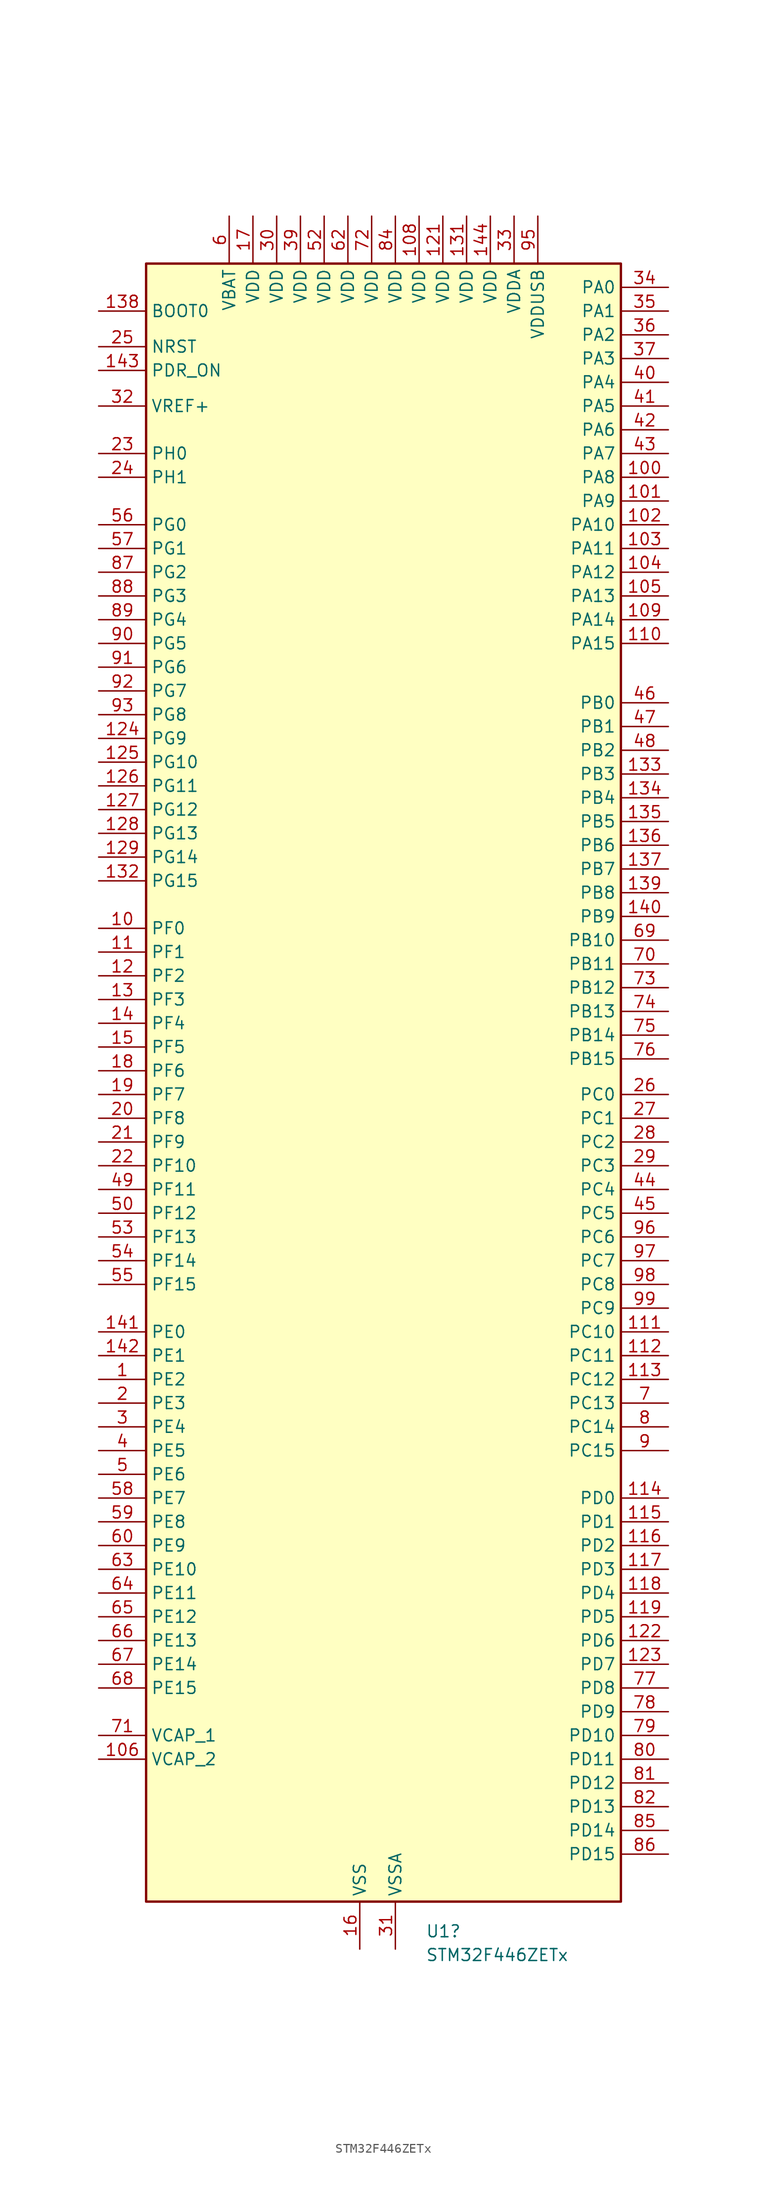
<source format=kicad_sym>
(kicad_symbol_lib
  (version 20220914)
  (generator kicad_symbol_editor)
  (symbol "STM32F446ZETx"
    (property "Reference" "U1"
      (at 4.496 -89.535 0)
      (effects (font (size 1.27 1.27)) (justify left)))
    (property "Value" "STM32F446ZETx"
      (at 4.496 -92.075 0)
      (effects (font (size 1.27 1.27)) (justify left)))
    (property "ki_locked" ""
      (at 0 0 0)
      (effects (font (size 1.27 1.27))))
    (symbol "STM32F446ZETx_0_1"
      (rectangle (start -25.4 88.9) (end 25.4 -86.36) (stroke (width 0.254) (type default)) (fill (type background))))
    (symbol "STM32F446ZETx_1_1"
      (pin bidirectional line (at -30.48 -30.48 0) (length 5.08) (name "PE2" (effects (font (size 1.27 1.27)))) (number "1" (effects (font (size 1.27 1.27)))) (alternate "FMC_A23" bidirectional line) (alternate "QUADSPI_BK1_IO2" bidirectional line) (alternate "SAI1_MCLK_A" bidirectional line) (alternate "SPI4_SCK" bidirectional line) (alternate "SYS_TRACECLK" bidirectional line))
      (pin bidirectional line (at -30.48 17.78 0) (length 5.08) (name "PF0" (effects (font (size 1.27 1.27)))) (number "10" (effects (font (size 1.27 1.27)))) (alternate "FMC_A0" bidirectional line) (alternate "I2C2_SDA" bidirectional line))
      (pin bidirectional line (at 30.48 66.04 180) (length 5.08) (name "PA8" (effects (font (size 1.27 1.27)))) (number "100" (effects (font (size 1.27 1.27)))) (alternate "I2C3_SCL" bidirectional line) (alternate "RCC_MCO_1" bidirectional line) (alternate "TIM1_CH1" bidirectional line) (alternate "USART1_CK" bidirectional line) (alternate "USB_OTG_FS_SOF" bidirectional line))
      (pin bidirectional line (at 30.48 63.5 180) (length 5.08) (name "PA9" (effects (font (size 1.27 1.27)))) (number "101" (effects (font (size 1.27 1.27)))) (alternate "DAC_EXTI9" bidirectional line) (alternate "DCMI_D0" bidirectional line) (alternate "I2C3_SMBA" bidirectional line) (alternate "I2S2_CK" bidirectional line) (alternate "SAI1_SD_B" bidirectional line) (alternate "SPI2_SCK" bidirectional line) (alternate "TIM1_CH2" bidirectional line) (alternate "USART1_TX" bidirectional line) (alternate "USB_OTG_FS_VBUS" bidirectional line))
      (pin bidirectional line (at 30.48 60.96 180) (length 5.08) (name "PA10" (effects (font (size 1.27 1.27)))) (number "102" (effects (font (size 1.27 1.27)))) (alternate "DCMI_D1" bidirectional line) (alternate "TIM1_CH3" bidirectional line) (alternate "USART1_RX" bidirectional line) (alternate "USB_OTG_FS_ID" bidirectional line))
      (pin bidirectional line (at 30.48 58.42 180) (length 5.08) (name "PA11" (effects (font (size 1.27 1.27)))) (number "103" (effects (font (size 1.27 1.27)))) (alternate "ADC1_EXTI11" bidirectional line) (alternate "ADC2_EXTI11" bidirectional line) (alternate "ADC3_EXTI11" bidirectional line) (alternate "CAN1_RX" bidirectional line) (alternate "TIM1_CH4" bidirectional line) (alternate "USART1_CTS" bidirectional line) (alternate "USB_OTG_FS_DM" bidirectional line))
      (pin bidirectional line (at 30.48 55.88 180) (length 5.08) (name "PA12" (effects (font (size 1.27 1.27)))) (number "104" (effects (font (size 1.27 1.27)))) (alternate "CAN1_TX" bidirectional line) (alternate "SAI2_FS_B" bidirectional line) (alternate "TIM1_ETR" bidirectional line) (alternate "USART1_RTS" bidirectional line) (alternate "USB_OTG_FS_DP" bidirectional line))
      (pin bidirectional line (at 30.48 53.34 180) (length 5.08) (name "PA13" (effects (font (size 1.27 1.27)))) (number "105" (effects (font (size 1.27 1.27)))) (alternate "SYS_JTMS-SWDIO" bidirectional line))
      (pin power_out line (at -30.48 -71.12 0) (length 5.08) (name "VCAP_2" (effects (font (size 1.27 1.27)))) (number "106" (effects (font (size 1.27 1.27)))))
      (pin passive line (at -2.54 -91.44 90) (length 5.08) hide (name "VSS" (effects (font (size 1.27 1.27)))) (number "107" (effects (font (size 1.27 1.27)))))
      (pin power_in line (at 3.81 93.98 270) (length 5.08) (name "VDD" (effects (font (size 1.27 1.27)))) (number "108" (effects (font (size 1.27 1.27)))))
      (pin bidirectional line (at 30.48 50.8 180) (length 5.08) (name "PA14" (effects (font (size 1.27 1.27)))) (number "109" (effects (font (size 1.27 1.27)))) (alternate "SYS_JTCK-SWCLK" bidirectional line))
      (pin bidirectional line (at -30.48 15.24 0) (length 5.08) (name "PF1" (effects (font (size 1.27 1.27)))) (number "11" (effects (font (size 1.27 1.27)))) (alternate "FMC_A1" bidirectional line) (alternate "I2C2_SCL" bidirectional line))
      (pin bidirectional line (at 30.48 48.26 180) (length 5.08) (name "PA15" (effects (font (size 1.27 1.27)))) (number "110" (effects (font (size 1.27 1.27)))) (alternate "ADC1_EXTI15" bidirectional line) (alternate "ADC2_EXTI15" bidirectional line) (alternate "ADC3_EXTI15" bidirectional line) (alternate "CEC" bidirectional line) (alternate "I2S1_WS" bidirectional line) (alternate "I2S3_WS" bidirectional line) (alternate "SPI1_NSS" bidirectional line) (alternate "SPI3_NSS" bidirectional line) (alternate "SYS_JTDI" bidirectional line) (alternate "TIM2_CH1" bidirectional line) (alternate "TIM2_ETR" bidirectional line) (alternate "UART4_RTS" bidirectional line))
      (pin bidirectional line (at 30.48 -25.4 180) (length 5.08) (name "PC10" (effects (font (size 1.27 1.27)))) (number "111" (effects (font (size 1.27 1.27)))) (alternate "DCMI_D8" bidirectional line) (alternate "I2S3_CK" bidirectional line) (alternate "QUADSPI_BK1_IO1" bidirectional line) (alternate "SDIO_D2" bidirectional line) (alternate "SPI3_SCK" bidirectional line) (alternate "UART4_TX" bidirectional line) (alternate "USART3_TX" bidirectional line))
      (pin bidirectional line (at 30.48 -27.94 180) (length 5.08) (name "PC11" (effects (font (size 1.27 1.27)))) (number "112" (effects (font (size 1.27 1.27)))) (alternate "ADC1_EXTI11" bidirectional line) (alternate "ADC2_EXTI11" bidirectional line) (alternate "ADC3_EXTI11" bidirectional line) (alternate "DCMI_D4" bidirectional line) (alternate "QUADSPI_BK2_NCS" bidirectional line) (alternate "SDIO_D3" bidirectional line) (alternate "SPI3_MISO" bidirectional line) (alternate "UART4_RX" bidirectional line) (alternate "USART3_RX" bidirectional line))
      (pin bidirectional line (at 30.48 -30.48 180) (length 5.08) (name "PC12" (effects (font (size 1.27 1.27)))) (number "113" (effects (font (size 1.27 1.27)))) (alternate "DCMI_D9" bidirectional line) (alternate "I2C2_SDA" bidirectional line) (alternate "I2S3_SD" bidirectional line) (alternate "SDIO_CK" bidirectional line) (alternate "SPI3_MOSI" bidirectional line) (alternate "UART5_TX" bidirectional line) (alternate "USART3_CK" bidirectional line))
      (pin bidirectional line (at 30.48 -43.18 180) (length 5.08) (name "PD0" (effects (font (size 1.27 1.27)))) (number "114" (effects (font (size 1.27 1.27)))) (alternate "CAN1_RX" bidirectional line) (alternate "FMC_D2" bidirectional line) (alternate "FMC_DA2" bidirectional line) (alternate "I2S3_SD" bidirectional line) (alternate "SPI3_MOSI" bidirectional line) (alternate "SPI4_MISO" bidirectional line))
      (pin bidirectional line (at 30.48 -45.72 180) (length 5.08) (name "PD1" (effects (font (size 1.27 1.27)))) (number "115" (effects (font (size 1.27 1.27)))) (alternate "CAN1_TX" bidirectional line) (alternate "FMC_D3" bidirectional line) (alternate "FMC_DA3" bidirectional line) (alternate "I2S2_WS" bidirectional line) (alternate "SPI2_NSS" bidirectional line))
      (pin bidirectional line (at 30.48 -48.26 180) (length 5.08) (name "PD2" (effects (font (size 1.27 1.27)))) (number "116" (effects (font (size 1.27 1.27)))) (alternate "DCMI_D11" bidirectional line) (alternate "SDIO_CMD" bidirectional line) (alternate "TIM3_ETR" bidirectional line) (alternate "UART5_RX" bidirectional line))
      (pin bidirectional line (at 30.48 -50.8 180) (length 5.08) (name "PD3" (effects (font (size 1.27 1.27)))) (number "117" (effects (font (size 1.27 1.27)))) (alternate "DCMI_D5" bidirectional line) (alternate "FMC_CLK" bidirectional line) (alternate "I2S2_CK" bidirectional line) (alternate "QUADSPI_CLK" bidirectional line) (alternate "SPI2_SCK" bidirectional line) (alternate "SYS_TRACED1" bidirectional line) (alternate "USART2_CTS" bidirectional line))
      (pin bidirectional line (at 30.48 -53.34 180) (length 5.08) (name "PD4" (effects (font (size 1.27 1.27)))) (number "118" (effects (font (size 1.27 1.27)))) (alternate "FMC_NOE" bidirectional line) (alternate "USART2_RTS" bidirectional line))
      (pin bidirectional line (at 30.48 -55.88 180) (length 5.08) (name "PD5" (effects (font (size 1.27 1.27)))) (number "119" (effects (font (size 1.27 1.27)))) (alternate "FMC_NWE" bidirectional line) (alternate "USART2_TX" bidirectional line))
      (pin bidirectional line (at -30.48 12.7 0) (length 5.08) (name "PF2" (effects (font (size 1.27 1.27)))) (number "12" (effects (font (size 1.27 1.27)))) (alternate "FMC_A2" bidirectional line) (alternate "I2C2_SMBA" bidirectional line))
      (pin passive line (at -2.54 -91.44 90) (length 5.08) hide (name "VSS" (effects (font (size 1.27 1.27)))) (number "120" (effects (font (size 1.27 1.27)))))
      (pin power_in line (at 6.35 93.98 270) (length 5.08) (name "VDD" (effects (font (size 1.27 1.27)))) (number "121" (effects (font (size 1.27 1.27)))))
      (pin bidirectional line (at 30.48 -58.42 180) (length 5.08) (name "PD6" (effects (font (size 1.27 1.27)))) (number "122" (effects (font (size 1.27 1.27)))) (alternate "DCMI_D10" bidirectional line) (alternate "FMC_NWAIT" bidirectional line) (alternate "I2S3_SD" bidirectional line) (alternate "SAI1_SD_A" bidirectional line) (alternate "SPI3_MOSI" bidirectional line) (alternate "USART2_RX" bidirectional line))
      (pin bidirectional line (at 30.48 -60.96 180) (length 5.08) (name "PD7" (effects (font (size 1.27 1.27)))) (number "123" (effects (font (size 1.27 1.27)))) (alternate "FMC_NE1" bidirectional line) (alternate "SPDIFRX_IN0" bidirectional line) (alternate "USART2_CK" bidirectional line))
      (pin bidirectional line (at -30.48 38.1 0) (length 5.08) (name "PG9" (effects (font (size 1.27 1.27)))) (number "124" (effects (font (size 1.27 1.27)))) (alternate "DAC_EXTI9" bidirectional line) (alternate "DCMI_VSYNC" bidirectional line) (alternate "FMC_NCE3" bidirectional line) (alternate "FMC_NE2" bidirectional line) (alternate "QUADSPI_BK2_IO2" bidirectional line) (alternate "SAI2_FS_B" bidirectional line) (alternate "SPDIFRX_IN3" bidirectional line) (alternate "USART6_RX" bidirectional line))
      (pin bidirectional line (at -30.48 35.56 0) (length 5.08) (name "PG10" (effects (font (size 1.27 1.27)))) (number "125" (effects (font (size 1.27 1.27)))) (alternate "DCMI_D2" bidirectional line) (alternate "FMC_NE3" bidirectional line) (alternate "SAI2_SD_B" bidirectional line))
      (pin bidirectional line (at -30.48 33.02 0) (length 5.08) (name "PG11" (effects (font (size 1.27 1.27)))) (number "126" (effects (font (size 1.27 1.27)))) (alternate "ADC1_EXTI11" bidirectional line) (alternate "ADC2_EXTI11" bidirectional line) (alternate "ADC3_EXTI11" bidirectional line) (alternate "DCMI_D3" bidirectional line) (alternate "SPDIFRX_IN0" bidirectional line) (alternate "SPI4_SCK" bidirectional line))
      (pin bidirectional line (at -30.48 30.48 0) (length 5.08) (name "PG12" (effects (font (size 1.27 1.27)))) (number "127" (effects (font (size 1.27 1.27)))) (alternate "FMC_NE4" bidirectional line) (alternate "SPDIFRX_IN1" bidirectional line) (alternate "SPI4_MISO" bidirectional line) (alternate "USART6_RTS" bidirectional line))
      (pin bidirectional line (at -30.48 27.94 0) (length 5.08) (name "PG13" (effects (font (size 1.27 1.27)))) (number "128" (effects (font (size 1.27 1.27)))) (alternate "FMC_A24" bidirectional line) (alternate "SPI4_MOSI" bidirectional line) (alternate "SYS_TRACED2" bidirectional line) (alternate "USART6_CTS" bidirectional line))
      (pin bidirectional line (at -30.48 25.4 0) (length 5.08) (name "PG14" (effects (font (size 1.27 1.27)))) (number "129" (effects (font (size 1.27 1.27)))) (alternate "FMC_A25" bidirectional line) (alternate "QUADSPI_BK2_IO3" bidirectional line) (alternate "SPI4_NSS" bidirectional line) (alternate "SYS_TRACED3" bidirectional line) (alternate "USART6_TX" bidirectional line))
      (pin bidirectional line (at -30.48 10.16 0) (length 5.08) (name "PF3" (effects (font (size 1.27 1.27)))) (number "13" (effects (font (size 1.27 1.27)))) (alternate "ADC3_IN9" bidirectional line) (alternate "FMC_A3" bidirectional line))
      (pin passive line (at -2.54 -91.44 90) (length 5.08) hide (name "VSS" (effects (font (size 1.27 1.27)))) (number "130" (effects (font (size 1.27 1.27)))))
      (pin power_in line (at 8.89 93.98 270) (length 5.08) (name "VDD" (effects (font (size 1.27 1.27)))) (number "131" (effects (font (size 1.27 1.27)))))
      (pin bidirectional line (at -30.48 22.86 0) (length 5.08) (name "PG15" (effects (font (size 1.27 1.27)))) (number "132" (effects (font (size 1.27 1.27)))) (alternate "ADC1_EXTI15" bidirectional line) (alternate "ADC2_EXTI15" bidirectional line) (alternate "ADC3_EXTI15" bidirectional line) (alternate "DCMI_D13" bidirectional line) (alternate "FMC_SDNCAS" bidirectional line) (alternate "USART6_CTS" bidirectional line))
      (pin bidirectional line (at 30.48 34.29 180) (length 5.08) (name "PB3" (effects (font (size 1.27 1.27)))) (number "133" (effects (font (size 1.27 1.27)))) (alternate "I2C2_SDA" bidirectional line) (alternate "I2S1_CK" bidirectional line) (alternate "I2S3_CK" bidirectional line) (alternate "SPI1_SCK" bidirectional line) (alternate "SPI3_SCK" bidirectional line) (alternate "SYS_JTDO-SWO" bidirectional line) (alternate "TIM2_CH2" bidirectional line))
      (pin bidirectional line (at 30.48 31.75 180) (length 5.08) (name "PB4" (effects (font (size 1.27 1.27)))) (number "134" (effects (font (size 1.27 1.27)))) (alternate "I2C3_SDA" bidirectional line) (alternate "I2S2_WS" bidirectional line) (alternate "SPI1_MISO" bidirectional line) (alternate "SPI2_NSS" bidirectional line) (alternate "SPI3_MISO" bidirectional line) (alternate "SYS_JTRST" bidirectional line) (alternate "TIM3_CH1" bidirectional line))
      (pin bidirectional line (at 30.48 29.21 180) (length 5.08) (name "PB5" (effects (font (size 1.27 1.27)))) (number "135" (effects (font (size 1.27 1.27)))) (alternate "CAN2_RX" bidirectional line) (alternate "DCMI_D10" bidirectional line) (alternate "FMC_SDCKE1" bidirectional line) (alternate "I2C1_SMBA" bidirectional line) (alternate "I2S1_SD" bidirectional line) (alternate "I2S3_SD" bidirectional line) (alternate "SPI1_MOSI" bidirectional line) (alternate "SPI3_MOSI" bidirectional line) (alternate "TIM3_CH2" bidirectional line) (alternate "USB_OTG_HS_ULPI_D7" bidirectional line))
      (pin bidirectional line (at 30.48 26.67 180) (length 5.08) (name "PB6" (effects (font (size 1.27 1.27)))) (number "136" (effects (font (size 1.27 1.27)))) (alternate "CAN2_TX" bidirectional line) (alternate "CEC" bidirectional line) (alternate "DCMI_D5" bidirectional line) (alternate "FMC_SDNE1" bidirectional line) (alternate "I2C1_SCL" bidirectional line) (alternate "QUADSPI_BK1_NCS" bidirectional line) (alternate "TIM4_CH1" bidirectional line) (alternate "USART1_TX" bidirectional line))
      (pin bidirectional line (at 30.48 24.13 180) (length 5.08) (name "PB7" (effects (font (size 1.27 1.27)))) (number "137" (effects (font (size 1.27 1.27)))) (alternate "DCMI_VSYNC" bidirectional line) (alternate "FMC_NL" bidirectional line) (alternate "I2C1_SDA" bidirectional line) (alternate "SPDIFRX_IN0" bidirectional line) (alternate "TIM4_CH2" bidirectional line) (alternate "USART1_RX" bidirectional line))
      (pin input line (at -30.48 83.82 0) (length 5.08) (name "BOOT0" (effects (font (size 1.27 1.27)))) (number "138" (effects (font (size 1.27 1.27)))))
      (pin bidirectional line (at 30.48 21.59 180) (length 5.08) (name "PB8" (effects (font (size 1.27 1.27)))) (number "139" (effects (font (size 1.27 1.27)))) (alternate "CAN1_RX" bidirectional line) (alternate "DCMI_D6" bidirectional line) (alternate "I2C1_SCL" bidirectional line) (alternate "SDIO_D4" bidirectional line) (alternate "TIM10_CH1" bidirectional line) (alternate "TIM2_CH1" bidirectional line) (alternate "TIM2_ETR" bidirectional line) (alternate "TIM4_CH3" bidirectional line))
      (pin bidirectional line (at -30.48 7.62 0) (length 5.08) (name "PF4" (effects (font (size 1.27 1.27)))) (number "14" (effects (font (size 1.27 1.27)))) (alternate "ADC3_IN14" bidirectional line) (alternate "FMC_A4" bidirectional line))
      (pin bidirectional line (at 30.48 19.05 180) (length 5.08) (name "PB9" (effects (font (size 1.27 1.27)))) (number "140" (effects (font (size 1.27 1.27)))) (alternate "CAN1_TX" bidirectional line) (alternate "DAC_EXTI9" bidirectional line) (alternate "DCMI_D7" bidirectional line) (alternate "I2C1_SDA" bidirectional line) (alternate "I2S2_WS" bidirectional line) (alternate "SAI1_FS_B" bidirectional line) (alternate "SDIO_D5" bidirectional line) (alternate "SPI2_NSS" bidirectional line) (alternate "TIM11_CH1" bidirectional line) (alternate "TIM2_CH2" bidirectional line) (alternate "TIM4_CH4" bidirectional line))
      (pin bidirectional line (at -30.48 -25.4 0) (length 5.08) (name "PE0" (effects (font (size 1.27 1.27)))) (number "141" (effects (font (size 1.27 1.27)))) (alternate "DCMI_D2" bidirectional line) (alternate "FMC_NBL0" bidirectional line) (alternate "SAI2_MCLK_A" bidirectional line) (alternate "TIM4_ETR" bidirectional line))
      (pin bidirectional line (at -30.48 -27.94 0) (length 5.08) (name "PE1" (effects (font (size 1.27 1.27)))) (number "142" (effects (font (size 1.27 1.27)))) (alternate "DCMI_D3" bidirectional line) (alternate "FMC_NBL1" bidirectional line))
      (pin input line (at -30.48 77.47 0) (length 5.08) (name "PDR_ON" (effects (font (size 1.27 1.27)))) (number "143" (effects (font (size 1.27 1.27)))))
      (pin power_in line (at 11.43 93.98 270) (length 5.08) (name "VDD" (effects (font (size 1.27 1.27)))) (number "144" (effects (font (size 1.27 1.27)))))
      (pin bidirectional line (at -30.48 5.08 0) (length 5.08) (name "PF5" (effects (font (size 1.27 1.27)))) (number "15" (effects (font (size 1.27 1.27)))) (alternate "ADC3_IN15" bidirectional line) (alternate "FMC_A5" bidirectional line))
      (pin power_in line (at -2.54 -91.44 90) (length 5.08) (name "VSS" (effects (font (size 1.27 1.27)))) (number "16" (effects (font (size 1.27 1.27)))))
      (pin power_in line (at -13.97 93.98 270) (length 5.08) (name "VDD" (effects (font (size 1.27 1.27)))) (number "17" (effects (font (size 1.27 1.27)))))
      (pin bidirectional line (at -30.48 2.54 0) (length 5.08) (name "PF6" (effects (font (size 1.27 1.27)))) (number "18" (effects (font (size 1.27 1.27)))) (alternate "ADC3_IN4" bidirectional line) (alternate "QUADSPI_BK1_IO3" bidirectional line) (alternate "SAI1_SD_B" bidirectional line) (alternate "TIM10_CH1" bidirectional line))
      (pin bidirectional line (at -30.48 0 0) (length 5.08) (name "PF7" (effects (font (size 1.27 1.27)))) (number "19" (effects (font (size 1.27 1.27)))) (alternate "ADC3_IN5" bidirectional line) (alternate "QUADSPI_BK1_IO2" bidirectional line) (alternate "SAI1_MCLK_B" bidirectional line) (alternate "TIM11_CH1" bidirectional line))
      (pin bidirectional line (at -30.48 -33.02 0) (length 5.08) (name "PE3" (effects (font (size 1.27 1.27)))) (number "2" (effects (font (size 1.27 1.27)))) (alternate "FMC_A19" bidirectional line) (alternate "SAI1_SD_B" bidirectional line) (alternate "SYS_TRACED0" bidirectional line))
      (pin bidirectional line (at -30.48 -2.54 0) (length 5.08) (name "PF8" (effects (font (size 1.27 1.27)))) (number "20" (effects (font (size 1.27 1.27)))) (alternate "ADC3_IN6" bidirectional line) (alternate "QUADSPI_BK1_IO0" bidirectional line) (alternate "SAI1_SCK_B" bidirectional line) (alternate "TIM13_CH1" bidirectional line))
      (pin bidirectional line (at -30.48 -5.08 0) (length 5.08) (name "PF9" (effects (font (size 1.27 1.27)))) (number "21" (effects (font (size 1.27 1.27)))) (alternate "ADC3_IN7" bidirectional line) (alternate "DAC_EXTI9" bidirectional line) (alternate "QUADSPI_BK1_IO1" bidirectional line) (alternate "SAI1_FS_B" bidirectional line) (alternate "TIM14_CH1" bidirectional line))
      (pin bidirectional line (at -30.48 -7.62 0) (length 5.08) (name "PF10" (effects (font (size 1.27 1.27)))) (number "22" (effects (font (size 1.27 1.27)))) (alternate "ADC3_IN8" bidirectional line) (alternate "DCMI_D11" bidirectional line))
      (pin bidirectional line (at -30.48 68.58 0) (length 5.08) (name "PH0" (effects (font (size 1.27 1.27)))) (number "23" (effects (font (size 1.27 1.27)))) (alternate "RCC_OSC_IN" bidirectional line))
      (pin bidirectional line (at -30.48 66.04 0) (length 5.08) (name "PH1" (effects (font (size 1.27 1.27)))) (number "24" (effects (font (size 1.27 1.27)))) (alternate "RCC_OSC_OUT" bidirectional line))
      (pin input line (at -30.48 80.01 0) (length 5.08) (name "NRST" (effects (font (size 1.27 1.27)))) (number "25" (effects (font (size 1.27 1.27)))))
      (pin bidirectional line (at 30.48 0 180) (length 5.08) (name "PC0" (effects (font (size 1.27 1.27)))) (number "26" (effects (font (size 1.27 1.27)))) (alternate "ADC1_IN10" bidirectional line) (alternate "ADC2_IN10" bidirectional line) (alternate "ADC3_IN10" bidirectional line) (alternate "FMC_SDNWE" bidirectional line) (alternate "SAI1_MCLK_B" bidirectional line) (alternate "USB_OTG_HS_ULPI_STP" bidirectional line))
      (pin bidirectional line (at 30.48 -2.54 180) (length 5.08) (name "PC1" (effects (font (size 1.27 1.27)))) (number "27" (effects (font (size 1.27 1.27)))) (alternate "ADC1_IN11" bidirectional line) (alternate "ADC2_IN11" bidirectional line) (alternate "ADC3_IN11" bidirectional line) (alternate "I2S2_SD" bidirectional line) (alternate "I2S3_SD" bidirectional line) (alternate "SAI1_SD_A" bidirectional line) (alternate "SPI2_MOSI" bidirectional line) (alternate "SPI3_MOSI" bidirectional line))
      (pin bidirectional line (at 30.48 -5.08 180) (length 5.08) (name "PC2" (effects (font (size 1.27 1.27)))) (number "28" (effects (font (size 1.27 1.27)))) (alternate "ADC1_IN12" bidirectional line) (alternate "ADC2_IN12" bidirectional line) (alternate "ADC3_IN12" bidirectional line) (alternate "FMC_SDNE0" bidirectional line) (alternate "SPI2_MISO" bidirectional line) (alternate "USB_OTG_HS_ULPI_DIR" bidirectional line))
      (pin bidirectional line (at 30.48 -7.62 180) (length 5.08) (name "PC3" (effects (font (size 1.27 1.27)))) (number "29" (effects (font (size 1.27 1.27)))) (alternate "ADC1_IN13" bidirectional line) (alternate "ADC2_IN13" bidirectional line) (alternate "ADC3_IN13" bidirectional line) (alternate "FMC_SDCKE0" bidirectional line) (alternate "I2S2_SD" bidirectional line) (alternate "SPI2_MOSI" bidirectional line) (alternate "USB_OTG_HS_ULPI_NXT" bidirectional line))
      (pin bidirectional line (at -30.48 -35.56 0) (length 5.08) (name "PE4" (effects (font (size 1.27 1.27)))) (number "3" (effects (font (size 1.27 1.27)))) (alternate "DCMI_D4" bidirectional line) (alternate "FMC_A20" bidirectional line) (alternate "SAI1_FS_A" bidirectional line) (alternate "SPI4_NSS" bidirectional line) (alternate "SYS_TRACED1" bidirectional line))
      (pin power_in line (at -11.43 93.98 270) (length 5.08) (name "VDD" (effects (font (size 1.27 1.27)))) (number "30" (effects (font (size 1.27 1.27)))))
      (pin power_in line (at 1.27 -91.44 90) (length 5.08) (name "VSSA" (effects (font (size 1.27 1.27)))) (number "31" (effects (font (size 1.27 1.27)))))
      (pin input line (at -30.48 73.66 0) (length 5.08) (name "VREF+" (effects (font (size 1.27 1.27)))) (number "32" (effects (font (size 1.27 1.27)))))
      (pin power_in line (at 13.97 93.98 270) (length 5.08) (name "VDDA" (effects (font (size 1.27 1.27)))) (number "33" (effects (font (size 1.27 1.27)))))
      (pin bidirectional line (at 30.48 86.36 180) (length 5.08) (name "PA0" (effects (font (size 1.27 1.27)))) (number "34" (effects (font (size 1.27 1.27)))) (alternate "ADC1_IN0" bidirectional line) (alternate "ADC2_IN0" bidirectional line) (alternate "ADC3_IN0" bidirectional line) (alternate "RTC_AF2" bidirectional line) (alternate "SYS_WKUP0" bidirectional line) (alternate "TIM2_CH1" bidirectional line) (alternate "TIM2_ETR" bidirectional line) (alternate "TIM5_CH1" bidirectional line) (alternate "TIM8_ETR" bidirectional line) (alternate "UART4_TX" bidirectional line) (alternate "USART2_CTS" bidirectional line))
      (pin bidirectional line (at 30.48 83.82 180) (length 5.08) (name "PA1" (effects (font (size 1.27 1.27)))) (number "35" (effects (font (size 1.27 1.27)))) (alternate "ADC1_IN1" bidirectional line) (alternate "ADC2_IN1" bidirectional line) (alternate "ADC3_IN1" bidirectional line) (alternate "QUADSPI_BK1_IO3" bidirectional line) (alternate "SAI2_MCLK_B" bidirectional line) (alternate "TIM2_CH2" bidirectional line) (alternate "TIM5_CH2" bidirectional line) (alternate "UART4_RX" bidirectional line) (alternate "USART2_RTS" bidirectional line))
      (pin bidirectional line (at 30.48 81.28 180) (length 5.08) (name "PA2" (effects (font (size 1.27 1.27)))) (number "36" (effects (font (size 1.27 1.27)))) (alternate "ADC1_IN2" bidirectional line) (alternate "ADC2_IN2" bidirectional line) (alternate "ADC3_IN2" bidirectional line) (alternate "SAI2_SCK_B" bidirectional line) (alternate "TIM2_CH3" bidirectional line) (alternate "TIM5_CH3" bidirectional line) (alternate "TIM9_CH1" bidirectional line) (alternate "USART2_TX" bidirectional line))
      (pin bidirectional line (at 30.48 78.74 180) (length 5.08) (name "PA3" (effects (font (size 1.27 1.27)))) (number "37" (effects (font (size 1.27 1.27)))) (alternate "ADC1_IN3" bidirectional line) (alternate "ADC2_IN3" bidirectional line) (alternate "ADC3_IN3" bidirectional line) (alternate "SAI1_FS_A" bidirectional line) (alternate "TIM2_CH4" bidirectional line) (alternate "TIM5_CH4" bidirectional line) (alternate "TIM9_CH2" bidirectional line) (alternate "USART2_RX" bidirectional line) (alternate "USB_OTG_HS_ULPI_D0" bidirectional line))
      (pin passive line (at -2.54 -91.44 90) (length 5.08) hide (name "VSS" (effects (font (size 1.27 1.27)))) (number "38" (effects (font (size 1.27 1.27)))))
      (pin power_in line (at -8.89 93.98 270) (length 5.08) (name "VDD" (effects (font (size 1.27 1.27)))) (number "39" (effects (font (size 1.27 1.27)))))
      (pin bidirectional line (at -30.48 -38.1 0) (length 5.08) (name "PE5" (effects (font (size 1.27 1.27)))) (number "4" (effects (font (size 1.27 1.27)))) (alternate "DCMI_D6" bidirectional line) (alternate "FMC_A21" bidirectional line) (alternate "SAI1_SCK_A" bidirectional line) (alternate "SPI4_MISO" bidirectional line) (alternate "SYS_TRACED2" bidirectional line) (alternate "TIM9_CH1" bidirectional line))
      (pin bidirectional line (at 30.48 76.2 180) (length 5.08) (name "PA4" (effects (font (size 1.27 1.27)))) (number "40" (effects (font (size 1.27 1.27)))) (alternate "ADC1_IN4" bidirectional line) (alternate "ADC2_IN4" bidirectional line) (alternate "DAC_OUT1" bidirectional line) (alternate "DCMI_HSYNC" bidirectional line) (alternate "I2S1_WS" bidirectional line) (alternate "I2S3_WS" bidirectional line) (alternate "SPI1_NSS" bidirectional line) (alternate "SPI3_NSS" bidirectional line) (alternate "USART2_CK" bidirectional line) (alternate "USB_OTG_HS_SOF" bidirectional line))
      (pin bidirectional line (at 30.48 73.66 180) (length 5.08) (name "PA5" (effects (font (size 1.27 1.27)))) (number "41" (effects (font (size 1.27 1.27)))) (alternate "ADC1_IN5" bidirectional line) (alternate "ADC2_IN5" bidirectional line) (alternate "DAC_OUT2" bidirectional line) (alternate "I2S1_CK" bidirectional line) (alternate "SPI1_SCK" bidirectional line) (alternate "TIM2_CH1" bidirectional line) (alternate "TIM2_ETR" bidirectional line) (alternate "TIM8_CH1N" bidirectional line) (alternate "USB_OTG_HS_ULPI_CK" bidirectional line))
      (pin bidirectional line (at 30.48 71.12 180) (length 5.08) (name "PA6" (effects (font (size 1.27 1.27)))) (number "42" (effects (font (size 1.27 1.27)))) (alternate "ADC1_IN6" bidirectional line) (alternate "ADC2_IN6" bidirectional line) (alternate "DCMI_PIXCLK" bidirectional line) (alternate "I2S2_MCK" bidirectional line) (alternate "SPI1_MISO" bidirectional line) (alternate "TIM13_CH1" bidirectional line) (alternate "TIM1_BKIN" bidirectional line) (alternate "TIM3_CH1" bidirectional line) (alternate "TIM8_BKIN" bidirectional line))
      (pin bidirectional line (at 30.48 68.58 180) (length 5.08) (name "PA7" (effects (font (size 1.27 1.27)))) (number "43" (effects (font (size 1.27 1.27)))) (alternate "ADC1_IN7" bidirectional line) (alternate "ADC2_IN7" bidirectional line) (alternate "FMC_SDNWE" bidirectional line) (alternate "I2S1_SD" bidirectional line) (alternate "SPI1_MOSI" bidirectional line) (alternate "TIM14_CH1" bidirectional line) (alternate "TIM1_CH1N" bidirectional line) (alternate "TIM3_CH2" bidirectional line) (alternate "TIM8_CH1N" bidirectional line))
      (pin bidirectional line (at 30.48 -10.16 180) (length 5.08) (name "PC4" (effects (font (size 1.27 1.27)))) (number "44" (effects (font (size 1.27 1.27)))) (alternate "ADC1_IN14" bidirectional line) (alternate "ADC2_IN14" bidirectional line) (alternate "FMC_SDNE0" bidirectional line) (alternate "I2S1_MCK" bidirectional line) (alternate "SPDIFRX_IN2" bidirectional line))
      (pin bidirectional line (at 30.48 -12.7 180) (length 5.08) (name "PC5" (effects (font (size 1.27 1.27)))) (number "45" (effects (font (size 1.27 1.27)))) (alternate "ADC1_IN15" bidirectional line) (alternate "ADC2_IN15" bidirectional line) (alternate "FMC_SDCKE0" bidirectional line) (alternate "SPDIFRX_IN3" bidirectional line) (alternate "USART3_RX" bidirectional line))
      (pin bidirectional line (at 30.48 41.91 180) (length 5.08) (name "PB0" (effects (font (size 1.27 1.27)))) (number "46" (effects (font (size 1.27 1.27)))) (alternate "ADC1_IN8" bidirectional line) (alternate "ADC2_IN8" bidirectional line) (alternate "I2S3_SD" bidirectional line) (alternate "SDIO_D1" bidirectional line) (alternate "SPI3_MOSI" bidirectional line) (alternate "TIM1_CH2N" bidirectional line) (alternate "TIM3_CH3" bidirectional line) (alternate "TIM8_CH2N" bidirectional line) (alternate "UART4_CTS" bidirectional line) (alternate "USB_OTG_HS_ULPI_D1" bidirectional line))
      (pin bidirectional line (at 30.48 39.37 180) (length 5.08) (name "PB1" (effects (font (size 1.27 1.27)))) (number "47" (effects (font (size 1.27 1.27)))) (alternate "ADC1_IN9" bidirectional line) (alternate "ADC2_IN9" bidirectional line) (alternate "SDIO_D2" bidirectional line) (alternate "TIM1_CH3N" bidirectional line) (alternate "TIM3_CH4" bidirectional line) (alternate "TIM8_CH3N" bidirectional line) (alternate "USB_OTG_HS_ULPI_D2" bidirectional line))
      (pin bidirectional line (at 30.48 36.83 180) (length 5.08) (name "PB2" (effects (font (size 1.27 1.27)))) (number "48" (effects (font (size 1.27 1.27)))) (alternate "I2S3_SD" bidirectional line) (alternate "QUADSPI_CLK" bidirectional line) (alternate "SAI1_SD_A" bidirectional line) (alternate "SDIO_CK" bidirectional line) (alternate "SPI3_MOSI" bidirectional line) (alternate "TIM2_CH4" bidirectional line) (alternate "USB_OTG_HS_ULPI_D4" bidirectional line))
      (pin bidirectional line (at -30.48 -10.16 0) (length 5.08) (name "PF11" (effects (font (size 1.27 1.27)))) (number "49" (effects (font (size 1.27 1.27)))) (alternate "ADC1_EXTI11" bidirectional line) (alternate "ADC2_EXTI11" bidirectional line) (alternate "ADC3_EXTI11" bidirectional line) (alternate "DCMI_D12" bidirectional line) (alternate "FMC_SDNRAS" bidirectional line) (alternate "SAI2_SD_B" bidirectional line))
      (pin bidirectional line (at -30.48 -40.64 0) (length 5.08) (name "PE6" (effects (font (size 1.27 1.27)))) (number "5" (effects (font (size 1.27 1.27)))) (alternate "DCMI_D7" bidirectional line) (alternate "FMC_A22" bidirectional line) (alternate "SAI1_SD_A" bidirectional line) (alternate "SPI4_MOSI" bidirectional line) (alternate "SYS_TRACED3" bidirectional line) (alternate "TIM9_CH2" bidirectional line))
      (pin bidirectional line (at -30.48 -12.7 0) (length 5.08) (name "PF12" (effects (font (size 1.27 1.27)))) (number "50" (effects (font (size 1.27 1.27)))) (alternate "FMC_A6" bidirectional line))
      (pin passive line (at -2.54 -91.44 90) (length 5.08) hide (name "VSS" (effects (font (size 1.27 1.27)))) (number "51" (effects (font (size 1.27 1.27)))))
      (pin power_in line (at -6.35 93.98 270) (length 5.08) (name "VDD" (effects (font (size 1.27 1.27)))) (number "52" (effects (font (size 1.27 1.27)))))
      (pin bidirectional line (at -30.48 -15.24 0) (length 5.08) (name "PF13" (effects (font (size 1.27 1.27)))) (number "53" (effects (font (size 1.27 1.27)))) (alternate "FMC_A7" bidirectional line) (alternate "FMPI2C1_SMBA" bidirectional line))
      (pin bidirectional line (at -30.48 -17.78 0) (length 5.08) (name "PF14" (effects (font (size 1.27 1.27)))) (number "54" (effects (font (size 1.27 1.27)))) (alternate "FMC_A8" bidirectional line) (alternate "FMPI2C1_SCL" bidirectional line))
      (pin bidirectional line (at -30.48 -20.32 0) (length 5.08) (name "PF15" (effects (font (size 1.27 1.27)))) (number "55" (effects (font (size 1.27 1.27)))) (alternate "ADC1_EXTI15" bidirectional line) (alternate "ADC2_EXTI15" bidirectional line) (alternate "ADC3_EXTI15" bidirectional line) (alternate "FMC_A9" bidirectional line) (alternate "FMPI2C1_SDA" bidirectional line))
      (pin bidirectional line (at -30.48 60.96 0) (length 5.08) (name "PG0" (effects (font (size 1.27 1.27)))) (number "56" (effects (font (size 1.27 1.27)))) (alternate "FMC_A10" bidirectional line))
      (pin bidirectional line (at -30.48 58.42 0) (length 5.08) (name "PG1" (effects (font (size 1.27 1.27)))) (number "57" (effects (font (size 1.27 1.27)))) (alternate "FMC_A11" bidirectional line))
      (pin bidirectional line (at -30.48 -43.18 0) (length 5.08) (name "PE7" (effects (font (size 1.27 1.27)))) (number "58" (effects (font (size 1.27 1.27)))) (alternate "FMC_D4" bidirectional line) (alternate "FMC_DA4" bidirectional line) (alternate "QUADSPI_BK2_IO0" bidirectional line) (alternate "TIM1_ETR" bidirectional line) (alternate "UART5_RX" bidirectional line))
      (pin bidirectional line (at -30.48 -45.72 0) (length 5.08) (name "PE8" (effects (font (size 1.27 1.27)))) (number "59" (effects (font (size 1.27 1.27)))) (alternate "FMC_D5" bidirectional line) (alternate "FMC_DA5" bidirectional line) (alternate "QUADSPI_BK2_IO1" bidirectional line) (alternate "TIM1_CH1N" bidirectional line) (alternate "UART5_TX" bidirectional line))
      (pin power_in line (at -16.51 93.98 270) (length 5.08) (name "VBAT" (effects (font (size 1.27 1.27)))) (number "6" (effects (font (size 1.27 1.27)))))
      (pin bidirectional line (at -30.48 -48.26 0) (length 5.08) (name "PE9" (effects (font (size 1.27 1.27)))) (number "60" (effects (font (size 1.27 1.27)))) (alternate "DAC_EXTI9" bidirectional line) (alternate "FMC_D6" bidirectional line) (alternate "FMC_DA6" bidirectional line) (alternate "QUADSPI_BK2_IO2" bidirectional line) (alternate "TIM1_CH1" bidirectional line))
      (pin passive line (at -2.54 -91.44 90) (length 5.08) hide (name "VSS" (effects (font (size 1.27 1.27)))) (number "61" (effects (font (size 1.27 1.27)))))
      (pin power_in line (at -3.81 93.98 270) (length 5.08) (name "VDD" (effects (font (size 1.27 1.27)))) (number "62" (effects (font (size 1.27 1.27)))))
      (pin bidirectional line (at -30.48 -50.8 0) (length 5.08) (name "PE10" (effects (font (size 1.27 1.27)))) (number "63" (effects (font (size 1.27 1.27)))) (alternate "FMC_D7" bidirectional line) (alternate "FMC_DA7" bidirectional line) (alternate "QUADSPI_BK2_IO3" bidirectional line) (alternate "TIM1_CH2N" bidirectional line))
      (pin bidirectional line (at -30.48 -53.34 0) (length 5.08) (name "PE11" (effects (font (size 1.27 1.27)))) (number "64" (effects (font (size 1.27 1.27)))) (alternate "ADC1_EXTI11" bidirectional line) (alternate "ADC2_EXTI11" bidirectional line) (alternate "ADC3_EXTI11" bidirectional line) (alternate "FMC_D8" bidirectional line) (alternate "FMC_DA8" bidirectional line) (alternate "SAI2_SD_B" bidirectional line) (alternate "SPI4_NSS" bidirectional line) (alternate "TIM1_CH2" bidirectional line))
      (pin bidirectional line (at -30.48 -55.88 0) (length 5.08) (name "PE12" (effects (font (size 1.27 1.27)))) (number "65" (effects (font (size 1.27 1.27)))) (alternate "FMC_D9" bidirectional line) (alternate "FMC_DA9" bidirectional line) (alternate "SAI2_SCK_B" bidirectional line) (alternate "SPI4_SCK" bidirectional line) (alternate "TIM1_CH3N" bidirectional line))
      (pin bidirectional line (at -30.48 -58.42 0) (length 5.08) (name "PE13" (effects (font (size 1.27 1.27)))) (number "66" (effects (font (size 1.27 1.27)))) (alternate "FMC_D10" bidirectional line) (alternate "FMC_DA10" bidirectional line) (alternate "SAI2_FS_B" bidirectional line) (alternate "SPI4_MISO" bidirectional line) (alternate "TIM1_CH3" bidirectional line))
      (pin bidirectional line (at -30.48 -60.96 0) (length 5.08) (name "PE14" (effects (font (size 1.27 1.27)))) (number "67" (effects (font (size 1.27 1.27)))) (alternate "FMC_D11" bidirectional line) (alternate "FMC_DA11" bidirectional line) (alternate "SAI2_MCLK_B" bidirectional line) (alternate "SPI4_MOSI" bidirectional line) (alternate "TIM1_CH4" bidirectional line))
      (pin bidirectional line (at -30.48 -63.5 0) (length 5.08) (name "PE15" (effects (font (size 1.27 1.27)))) (number "68" (effects (font (size 1.27 1.27)))) (alternate "ADC1_EXTI15" bidirectional line) (alternate "ADC2_EXTI15" bidirectional line) (alternate "ADC3_EXTI15" bidirectional line) (alternate "FMC_D12" bidirectional line) (alternate "FMC_DA12" bidirectional line) (alternate "TIM1_BKIN" bidirectional line))
      (pin bidirectional line (at 30.48 16.51 180) (length 5.08) (name "PB10" (effects (font (size 1.27 1.27)))) (number "69" (effects (font (size 1.27 1.27)))) (alternate "I2C2_SCL" bidirectional line) (alternate "I2S2_CK" bidirectional line) (alternate "SAI1_SCK_A" bidirectional line) (alternate "SPI2_SCK" bidirectional line) (alternate "TIM2_CH3" bidirectional line) (alternate "USART3_TX" bidirectional line) (alternate "USB_OTG_HS_ULPI_D3" bidirectional line))
      (pin bidirectional line (at 30.48 -33.02 180) (length 5.08) (name "PC13" (effects (font (size 1.27 1.27)))) (number "7" (effects (font (size 1.27 1.27)))) (alternate "RTC_AF1" bidirectional line) (alternate "SYS_WKUP1" bidirectional line))
      (pin bidirectional line (at 30.48 13.97 180) (length 5.08) (name "PB11" (effects (font (size 1.27 1.27)))) (number "70" (effects (font (size 1.27 1.27)))) (alternate "ADC1_EXTI11" bidirectional line) (alternate "ADC2_EXTI11" bidirectional line) (alternate "ADC3_EXTI11" bidirectional line) (alternate "I2C2_SDA" bidirectional line) (alternate "SAI2_SD_A" bidirectional line) (alternate "TIM2_CH4" bidirectional line) (alternate "USART3_RX" bidirectional line))
      (pin power_out line (at -30.48 -68.58 0) (length 5.08) (name "VCAP_1" (effects (font (size 1.27 1.27)))) (number "71" (effects (font (size 1.27 1.27)))))
      (pin power_in line (at -1.27 93.98 270) (length 5.08) (name "VDD" (effects (font (size 1.27 1.27)))) (number "72" (effects (font (size 1.27 1.27)))))
      (pin bidirectional line (at 30.48 11.43 180) (length 5.08) (name "PB12" (effects (font (size 1.27 1.27)))) (number "73" (effects (font (size 1.27 1.27)))) (alternate "CAN2_RX" bidirectional line) (alternate "I2C2_SMBA" bidirectional line) (alternate "I2S2_WS" bidirectional line) (alternate "SAI1_SCK_B" bidirectional line) (alternate "SPI2_NSS" bidirectional line) (alternate "TIM1_BKIN" bidirectional line) (alternate "USART3_CK" bidirectional line) (alternate "USB_OTG_HS_ID" bidirectional line) (alternate "USB_OTG_HS_ULPI_D5" bidirectional line))
      (pin bidirectional line (at 30.48 8.89 180) (length 5.08) (name "PB13" (effects (font (size 1.27 1.27)))) (number "74" (effects (font (size 1.27 1.27)))) (alternate "CAN2_TX" bidirectional line) (alternate "I2S2_CK" bidirectional line) (alternate "SPI2_SCK" bidirectional line) (alternate "TIM1_CH1N" bidirectional line) (alternate "USART3_CTS" bidirectional line) (alternate "USB_OTG_HS_ULPI_D6" bidirectional line) (alternate "USB_OTG_HS_VBUS" bidirectional line))
      (pin bidirectional line (at 30.48 6.35 180) (length 5.08) (name "PB14" (effects (font (size 1.27 1.27)))) (number "75" (effects (font (size 1.27 1.27)))) (alternate "SPI2_MISO" bidirectional line) (alternate "TIM12_CH1" bidirectional line) (alternate "TIM1_CH2N" bidirectional line) (alternate "TIM8_CH2N" bidirectional line) (alternate "USART3_RTS" bidirectional line) (alternate "USB_OTG_HS_DM" bidirectional line))
      (pin bidirectional line (at 30.48 3.81 180) (length 5.08) (name "PB15" (effects (font (size 1.27 1.27)))) (number "76" (effects (font (size 1.27 1.27)))) (alternate "ADC1_EXTI15" bidirectional line) (alternate "ADC2_EXTI15" bidirectional line) (alternate "ADC3_EXTI15" bidirectional line) (alternate "I2S2_SD" bidirectional line) (alternate "RTC_REFIN" bidirectional line) (alternate "SPI2_MOSI" bidirectional line) (alternate "TIM12_CH2" bidirectional line) (alternate "TIM1_CH3N" bidirectional line) (alternate "TIM8_CH3N" bidirectional line) (alternate "USB_OTG_HS_DP" bidirectional line))
      (pin bidirectional line (at 30.48 -63.5 180) (length 5.08) (name "PD8" (effects (font (size 1.27 1.27)))) (number "77" (effects (font (size 1.27 1.27)))) (alternate "FMC_D13" bidirectional line) (alternate "FMC_DA13" bidirectional line) (alternate "SPDIFRX_IN1" bidirectional line) (alternate "USART3_TX" bidirectional line))
      (pin bidirectional line (at 30.48 -66.04 180) (length 5.08) (name "PD9" (effects (font (size 1.27 1.27)))) (number "78" (effects (font (size 1.27 1.27)))) (alternate "DAC_EXTI9" bidirectional line) (alternate "FMC_D14" bidirectional line) (alternate "FMC_DA14" bidirectional line) (alternate "USART3_RX" bidirectional line))
      (pin bidirectional line (at 30.48 -68.58 180) (length 5.08) (name "PD10" (effects (font (size 1.27 1.27)))) (number "79" (effects (font (size 1.27 1.27)))) (alternate "FMC_D15" bidirectional line) (alternate "FMC_DA15" bidirectional line) (alternate "USART3_CK" bidirectional line))
      (pin bidirectional line (at 30.48 -35.56 180) (length 5.08) (name "PC14" (effects (font (size 1.27 1.27)))) (number "8" (effects (font (size 1.27 1.27)))) (alternate "RCC_OSC32_IN" bidirectional line))
      (pin bidirectional line (at 30.48 -71.12 180) (length 5.08) (name "PD11" (effects (font (size 1.27 1.27)))) (number "80" (effects (font (size 1.27 1.27)))) (alternate "ADC1_EXTI11" bidirectional line) (alternate "ADC2_EXTI11" bidirectional line) (alternate "ADC3_EXTI11" bidirectional line) (alternate "FMC_A16" bidirectional line) (alternate "FMC_CLE" bidirectional line) (alternate "FMPI2C1_SMBA" bidirectional line) (alternate "QUADSPI_BK1_IO0" bidirectional line) (alternate "SAI2_SD_A" bidirectional line) (alternate "USART3_CTS" bidirectional line))
      (pin bidirectional line (at 30.48 -73.66 180) (length 5.08) (name "PD12" (effects (font (size 1.27 1.27)))) (number "81" (effects (font (size 1.27 1.27)))) (alternate "FMC_A17" bidirectional line) (alternate "FMC_ALE" bidirectional line) (alternate "FMPI2C1_SCL" bidirectional line) (alternate "QUADSPI_BK1_IO1" bidirectional line) (alternate "SAI2_FS_A" bidirectional line) (alternate "TIM4_CH1" bidirectional line) (alternate "USART3_RTS" bidirectional line))
      (pin bidirectional line (at 30.48 -76.2 180) (length 5.08) (name "PD13" (effects (font (size 1.27 1.27)))) (number "82" (effects (font (size 1.27 1.27)))) (alternate "FMC_A18" bidirectional line) (alternate "FMPI2C1_SDA" bidirectional line) (alternate "QUADSPI_BK1_IO3" bidirectional line) (alternate "SAI2_SCK_A" bidirectional line) (alternate "TIM4_CH2" bidirectional line))
      (pin passive line (at -2.54 -91.44 90) (length 5.08) hide (name "VSS" (effects (font (size 1.27 1.27)))) (number "83" (effects (font (size 1.27 1.27)))))
      (pin power_in line (at 1.27 93.98 270) (length 5.08) (name "VDD" (effects (font (size 1.27 1.27)))) (number "84" (effects (font (size 1.27 1.27)))))
      (pin bidirectional line (at 30.48 -78.74 180) (length 5.08) (name "PD14" (effects (font (size 1.27 1.27)))) (number "85" (effects (font (size 1.27 1.27)))) (alternate "FMC_D0" bidirectional line) (alternate "FMC_DA0" bidirectional line) (alternate "FMPI2C1_SCL" bidirectional line) (alternate "SAI2_SCK_A" bidirectional line) (alternate "TIM4_CH3" bidirectional line))
      (pin bidirectional line (at 30.48 -81.28 180) (length 5.08) (name "PD15" (effects (font (size 1.27 1.27)))) (number "86" (effects (font (size 1.27 1.27)))) (alternate "ADC1_EXTI15" bidirectional line) (alternate "ADC2_EXTI15" bidirectional line) (alternate "ADC3_EXTI15" bidirectional line) (alternate "FMC_D1" bidirectional line) (alternate "FMC_DA1" bidirectional line) (alternate "FMPI2C1_SDA" bidirectional line) (alternate "TIM4_CH4" bidirectional line))
      (pin bidirectional line (at -30.48 55.88 0) (length 5.08) (name "PG2" (effects (font (size 1.27 1.27)))) (number "87" (effects (font (size 1.27 1.27)))) (alternate "FMC_A12" bidirectional line))
      (pin bidirectional line (at -30.48 53.34 0) (length 5.08) (name "PG3" (effects (font (size 1.27 1.27)))) (number "88" (effects (font (size 1.27 1.27)))) (alternate "FMC_A13" bidirectional line))
      (pin bidirectional line (at -30.48 50.8 0) (length 5.08) (name "PG4" (effects (font (size 1.27 1.27)))) (number "89" (effects (font (size 1.27 1.27)))) (alternate "FMC_A14" bidirectional line) (alternate "FMC_BA0" bidirectional line))
      (pin bidirectional line (at 30.48 -38.1 180) (length 5.08) (name "PC15" (effects (font (size 1.27 1.27)))) (number "9" (effects (font (size 1.27 1.27)))) (alternate "ADC1_EXTI15" bidirectional line) (alternate "ADC2_EXTI15" bidirectional line) (alternate "ADC3_EXTI15" bidirectional line) (alternate "RCC_OSC32_OUT" bidirectional line))
      (pin bidirectional line (at -30.48 48.26 0) (length 5.08) (name "PG5" (effects (font (size 1.27 1.27)))) (number "90" (effects (font (size 1.27 1.27)))) (alternate "FMC_A15" bidirectional line) (alternate "FMC_BA1" bidirectional line))
      (pin bidirectional line (at -30.48 45.72 0) (length 5.08) (name "PG6" (effects (font (size 1.27 1.27)))) (number "91" (effects (font (size 1.27 1.27)))) (alternate "DCMI_D12" bidirectional line) (alternate "QUADSPI_BK1_NCS" bidirectional line))
      (pin bidirectional line (at -30.48 43.18 0) (length 5.08) (name "PG7" (effects (font (size 1.27 1.27)))) (number "92" (effects (font (size 1.27 1.27)))) (alternate "DCMI_D13" bidirectional line) (alternate "FMC_INT3" bidirectional line) (alternate "USART6_CK" bidirectional line))
      (pin bidirectional line (at -30.48 40.64 0) (length 5.08) (name "PG8" (effects (font (size 1.27 1.27)))) (number "93" (effects (font (size 1.27 1.27)))) (alternate "FMC_SDCLK" bidirectional line) (alternate "SPDIFRX_IN2" bidirectional line) (alternate "USART6_RTS" bidirectional line))
      (pin passive line (at -2.54 -91.44 90) (length 5.08) hide (name "VSS" (effects (font (size 1.27 1.27)))) (number "94" (effects (font (size 1.27 1.27)))))
      (pin power_in line (at 16.51 93.98 270) (length 5.08) (name "VDDUSB" (effects (font (size 1.27 1.27)))) (number "95" (effects (font (size 1.27 1.27)))))
      (pin bidirectional line (at 30.48 -15.24 180) (length 5.08) (name "PC6" (effects (font (size 1.27 1.27)))) (number "96" (effects (font (size 1.27 1.27)))) (alternate "DCMI_D0" bidirectional line) (alternate "FMPI2C1_SCL" bidirectional line) (alternate "I2S2_MCK" bidirectional line) (alternate "SDIO_D6" bidirectional line) (alternate "TIM3_CH1" bidirectional line) (alternate "TIM8_CH1" bidirectional line) (alternate "USART6_TX" bidirectional line))
      (pin bidirectional line (at 30.48 -17.78 180) (length 5.08) (name "PC7" (effects (font (size 1.27 1.27)))) (number "97" (effects (font (size 1.27 1.27)))) (alternate "DCMI_D1" bidirectional line) (alternate "FMPI2C1_SDA" bidirectional line) (alternate "I2S2_CK" bidirectional line) (alternate "I2S3_MCK" bidirectional line) (alternate "SDIO_D7" bidirectional line) (alternate "SPDIFRX_IN1" bidirectional line) (alternate "SPI2_SCK" bidirectional line) (alternate "TIM3_CH2" bidirectional line) (alternate "TIM8_CH2" bidirectional line) (alternate "USART6_RX" bidirectional line))
      (pin bidirectional line (at 30.48 -20.32 180) (length 5.08) (name "PC8" (effects (font (size 1.27 1.27)))) (number "98" (effects (font (size 1.27 1.27)))) (alternate "DCMI_D2" bidirectional line) (alternate "SDIO_D0" bidirectional line) (alternate "SYS_TRACED0" bidirectional line) (alternate "TIM3_CH3" bidirectional line) (alternate "TIM8_CH3" bidirectional line) (alternate "UART5_RTS" bidirectional line) (alternate "USART6_CK" bidirectional line))
      (pin bidirectional line (at 30.48 -22.86 180) (length 5.08) (name "PC9" (effects (font (size 1.27 1.27)))) (number "99" (effects (font (size 1.27 1.27)))) (alternate "DAC_EXTI9" bidirectional line) (alternate "DCMI_D3" bidirectional line) (alternate "I2C3_SDA" bidirectional line) (alternate "I2S_CKIN" bidirectional line) (alternate "QUADSPI_BK1_IO0" bidirectional line) (alternate "RCC_MCO_2" bidirectional line) (alternate "SDIO_D1" bidirectional line) (alternate "TIM3_CH4" bidirectional line) (alternate "TIM8_CH4" bidirectional line) (alternate "UART5_CTS" bidirectional line)))))
</source>
